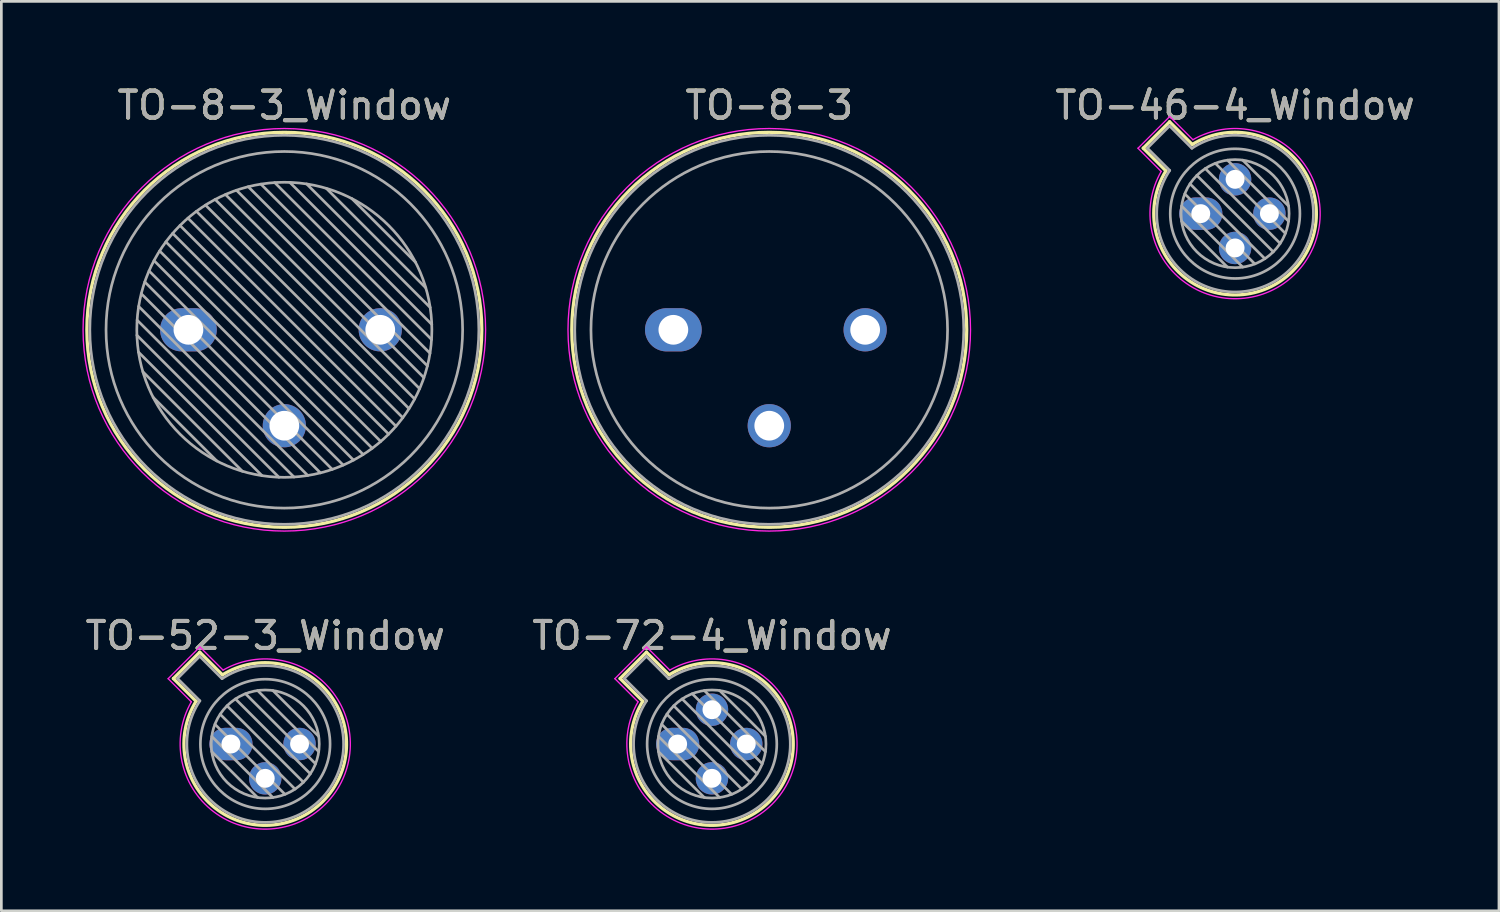
<source format=kicad_pcb>
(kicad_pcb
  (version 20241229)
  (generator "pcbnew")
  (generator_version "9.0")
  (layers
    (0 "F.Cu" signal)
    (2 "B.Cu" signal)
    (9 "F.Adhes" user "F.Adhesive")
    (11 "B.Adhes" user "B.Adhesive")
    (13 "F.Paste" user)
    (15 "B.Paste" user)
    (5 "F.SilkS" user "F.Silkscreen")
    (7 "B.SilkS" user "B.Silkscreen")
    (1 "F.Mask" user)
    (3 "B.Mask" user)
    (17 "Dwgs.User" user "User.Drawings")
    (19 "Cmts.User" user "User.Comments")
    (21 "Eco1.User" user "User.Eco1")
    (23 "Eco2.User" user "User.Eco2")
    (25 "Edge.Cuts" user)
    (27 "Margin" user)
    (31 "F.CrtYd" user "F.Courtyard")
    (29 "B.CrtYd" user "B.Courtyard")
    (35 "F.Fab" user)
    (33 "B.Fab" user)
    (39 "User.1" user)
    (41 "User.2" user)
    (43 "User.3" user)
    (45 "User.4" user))
  (footprint "TO-8-3_Window"
    (layer "F.Cu")
    (at 3.925 9.158)
    (property "Reference" "TO-8-3_Window" (at 3.55 -8.31 0) (layer "F.SilkS") (effects (font (size 1 1) (thickness 0.15))))
    (attr through_hole)
    (fp_circle (center 3.55 0) (end 10.86 0) (stroke (width 0.12) (type solid)) (fill no) (layer "F.SilkS"))
    (fp_circle (center 3.55 0) (end 11 0) (stroke (width 0.05) (type solid)) (fill no) (layer "F.CrtYd"))
    (fp_line (start -1.908 0.2) (end 3.35 5.458) (stroke (width 0.1) (type solid)) (layer "F.Fab"))
    (fp_line (start -1.9 -0.359) (end 3.909 5.45) (stroke (width 0.1) (type solid)) (layer "F.Fab"))
    (fp_line (start -1.849 0.825) (end 2.725 5.399) (stroke (width 0.1) (type solid)) (layer "F.Fab"))
    (fp_line (start -1.842 -0.867) (end 4.417 5.392) (stroke (width 0.1) (type solid)) (layer "F.Fab"))
    (fp_line (start -1.746 -1.336) (end 4.886 5.296) (stroke (width 0.1) (type solid)) (layer "F.Fab"))
    (fp_line (start -1.686 1.553) (end 1.997 5.236) (stroke (width 0.1) (type solid)) (layer "F.Fab"))
    (fp_line (start -1.616 -1.772) (end 5.322 5.166) (stroke (width 0.1) (type solid)) (layer "F.Fab"))
    (fp_line (start -1.458 -2.18) (end 5.73 5.008) (stroke (width 0.1) (type solid)) (layer "F.Fab"))
    (fp_line (start -1.307 2.498) (end 1.052 4.857) (stroke (width 0.1) (type solid)) (layer "F.Fab"))
    (fp_line (start -1.274 -2.561) (end 6.111 4.824) (stroke (width 0.1) (type solid)) (layer "F.Fab"))
    (fp_line (start -1.066 -2.919) (end 6.469 4.616) (stroke (width 0.1) (type solid)) (layer "F.Fab"))
    (fp_line (start -0.836 -3.255) (end 6.805 4.386) (stroke (width 0.1) (type solid)) (layer "F.Fab"))
    (fp_line (start -0.584 -3.569) (end 7.119 4.134) (stroke (width 0.1) (type solid)) (layer "F.Fab"))
    (fp_line (start -0.312 -3.862) (end 7.412 3.862) (stroke (width 0.1) (type solid)) (layer "F.Fab"))
    (fp_line (start -0.019 -4.134) (end 7.684 3.569) (stroke (width 0.1) (type solid)) (layer "F.Fab"))
    (fp_line (start 0.295 -4.386) (end 7.936 3.255) (stroke (width 0.1) (type solid)) (layer "F.Fab"))
    (fp_line (start 0.631 -4.616) (end 8.166 2.919) (stroke (width 0.1) (type solid)) (layer "F.Fab"))
    (fp_line (start 0.989 -4.824) (end 8.374 2.561) (stroke (width 0.1) (type solid)) (layer "F.Fab"))
    (fp_line (start 1.37 -5.008) (end 8.558 2.18) (stroke (width 0.1) (type solid)) (layer "F.Fab"))
    (fp_line (start 1.778 -5.166) (end 8.716 1.772) (stroke (width 0.1) (type solid)) (layer "F.Fab"))
    (fp_line (start 2.214 -5.296) (end 8.846 1.336) (stroke (width 0.1) (type solid)) (layer "F.Fab"))
    (fp_line (start 2.683 -5.392) (end 8.942 0.867) (stroke (width 0.1) (type solid)) (layer "F.Fab"))
    (fp_line (start 3.191 -5.45) (end 9 0.359) (stroke (width 0.1) (type solid)) (layer "F.Fab"))
    (fp_line (start 3.75 -5.458) (end 9.008 -0.2) (stroke (width 0.1) (type solid)) (layer "F.Fab"))
    (fp_line (start 4.375 -5.399) (end 8.949 -0.825) (stroke (width 0.1) (type solid)) (layer "F.Fab"))
    (fp_line (start 5.103 -5.236) (end 8.786 -1.553) (stroke (width 0.1) (type solid)) (layer "F.Fab"))
    (fp_line (start 6.048 -4.857) (end 8.407 -2.498) (stroke (width 0.1) (type solid)) (layer "F.Fab"))
    (fp_circle (center 3.55 0) (end 9.011 0) (stroke (width 0.1) (type solid)) (fill no) (layer "F.Fab"))
    (fp_circle (center 3.55 0) (end 10.15 0) (stroke (width 0.1) (type solid)) (fill no) (layer "F.Fab"))
    (fp_circle (center 3.55 0) (end 10.75 0) (stroke (width 0.1) (type solid)) (fill no) (layer "F.Fab"))
    (fp_text user "${REFERENCE}" (at 3.55 -8.31 0) (layer "F.Fab") (effects (font (size 1 1) (thickness 0.15))))
    (pad "1" thru_hole oval (at 0 0) (size 2.1 1.6) (drill 1.1) (layers "*.Cu" "*.Mask"))
    (pad "2" thru_hole circle (at 3.55 3.55) (size 1.6 1.6) (drill 1.1) (layers "*.Cu" "*.Mask"))
    (pad "3" thru_hole circle (at 7.1 0) (size 1.6 1.6) (drill 1.1) (layers "*.Cu" "*.Mask")))
  (footprint "TO-52-3_Window"
    (layer "F.Cu")
    (at 5.498 24.491)
    (property "Reference" "TO-52-3_Window" (at 1.27 -4.01 0) (layer "F.SilkS") (effects (font (size 1 1) (thickness 0.15))))
    (attr through_hole)
    (fp_line (start -2.13 -2.424) (end -1.29 -1.584) (stroke (width 0.12) (type solid)) (layer "F.SilkS"))
    (fp_line (start -1.154 -3.4) (end -2.13 -2.424) (stroke (width 0.12) (type solid)) (layer "F.SilkS"))
    (fp_line (start -0.314 -2.56) (end -1.154 -3.4) (stroke (width 0.12) (type solid)) (layer "F.SilkS"))
    (fp_arc (start -0.313811 -2.559618) (mid 3.398391 2.128391) (end -1.289618 -1.583811) (stroke (width 0.12) (type solid)) (layer "F.SilkS"))
    (fp_line (start -2.324 -2.42) (end -1.466 -1.562) (stroke (width 0.05) (type solid)) (layer "F.CrtYd"))
    (fp_line (start -1.15 -3.594) (end -2.324 -2.42) (stroke (width 0.05) (type solid)) (layer "F.CrtYd"))
    (fp_line (start -0.292 -2.736) (end -1.15 -3.594) (stroke (width 0.05) (type solid)) (layer "F.CrtYd"))
    (fp_arc (start -0.291775 -2.735573) (mid 3.497386 2.227386) (end -1.465573 -1.561775) (stroke (width 0.05) (type solid)) (layer "F.CrtYd"))
    (fp_line (start -1.977 -2.426) (end -1.149 -1.599) (stroke (width 0.1) (type solid)) (layer "F.Fab"))
    (fp_line (start -1.156 -3.247) (end -1.977 -2.426) (stroke (width 0.1) (type solid)) (layer "F.Fab"))
    (fp_line (start -0.71 -0.283) (end 1.553 1.98) (stroke (width 0.1) (type solid)) (layer "F.Fab"))
    (fp_line (start -0.71 0.283) (end 0.987 1.98) (stroke (width 0.1) (type solid)) (layer "F.Fab"))
    (fp_line (start -0.592 -0.731) (end 2.001 1.862) (stroke (width 0.1) (type solid)) (layer "F.Fab"))
    (fp_line (start -0.399 -1.103) (end 2.373 1.669) (stroke (width 0.1) (type solid)) (layer "F.Fab"))
    (fp_line (start -0.329 -2.419) (end -1.156 -3.247) (stroke (width 0.1) (type solid)) (layer "F.Fab"))
    (fp_line (start -0.145 -1.415) (end 2.685 1.415) (stroke (width 0.1) (type solid)) (layer "F.Fab"))
    (fp_line (start 0.167 -1.669) (end 2.939 1.103) (stroke (width 0.1) (type solid)) (layer "F.Fab"))
    (fp_line (start 0.539 -1.862) (end 3.132 0.731) (stroke (width 0.1) (type solid)) (layer "F.Fab"))
    (fp_line (start 0.987 -1.98) (end 3.25 0.283) (stroke (width 0.1) (type solid)) (layer "F.Fab"))
    (fp_line (start 1.553 -1.98) (end 3.25 -0.283) (stroke (width 0.1) (type solid)) (layer "F.Fab"))
    (fp_arc (start -0.329057 -2.419301) (mid 3.32061 2.05061) (end -1.149301 -1.599057) (stroke (width 0.1) (type solid)) (layer "F.Fab"))
    (fp_circle (center 1.27 0) (end 3.27 0) (stroke (width 0.1) (type solid)) (fill no) (layer "F.Fab"))
    (fp_circle (center 1.27 0) (end 3.67 0) (stroke (width 0.1) (type solid)) (fill no) (layer "F.Fab"))
    (fp_text user "${REFERENCE}" (at 1.27 -4.01 0) (layer "F.Fab") (effects (font (size 1 1) (thickness 0.15))))
    (pad "1" thru_hole oval (at 0 0) (size 1.6 1.2) (drill 0.7) (layers "*.Cu" "*.Mask"))
    (pad "2" thru_hole circle (at 1.27 1.27) (size 1.2 1.2) (drill 0.7) (layers "*.Cu" "*.Mask"))
    (pad "3" thru_hole circle (at 2.54 0) (size 1.2 1.2) (drill 0.7) (layers "*.Cu" "*.Mask")))
  (footprint "TO-46-4_Window"
    (layer "F.Cu")
    (at 41.398 4.858)
    (property "Reference" "TO-46-4_Window" (at 1.27 -4.01 0) (layer "F.SilkS") (effects (font (size 1 1) (thickness 0.15))))
    (attr through_hole)
    (fp_line (start -2.13 -2.424) (end -1.29 -1.584) (stroke (width 0.12) (type solid)) (layer "F.SilkS"))
    (fp_line (start -1.154 -3.4) (end -2.13 -2.424) (stroke (width 0.12) (type solid)) (layer "F.SilkS"))
    (fp_line (start -0.314 -2.56) (end -1.154 -3.4) (stroke (width 0.12) (type solid)) (layer "F.SilkS"))
    (fp_arc (start -0.313811 -2.559618) (mid 3.398391 2.128391) (end -1.289618 -1.583811) (stroke (width 0.12) (type solid)) (layer "F.SilkS"))
    (fp_line (start -2.324 -2.42) (end -1.466 -1.562) (stroke (width 0.05) (type solid)) (layer "F.CrtYd"))
    (fp_line (start -1.15 -3.594) (end -2.324 -2.42) (stroke (width 0.05) (type solid)) (layer "F.CrtYd"))
    (fp_line (start -0.292 -2.736) (end -1.15 -3.594) (stroke (width 0.05) (type solid)) (layer "F.CrtYd"))
    (fp_arc (start -0.291775 -2.735573) (mid 3.497386 2.227386) (end -1.465573 -1.561775) (stroke (width 0.05) (type solid)) (layer "F.CrtYd"))
    (fp_line (start -1.977 -2.426) (end -1.149 -1.599) (stroke (width 0.1) (type solid)) (layer "F.Fab"))
    (fp_line (start -1.156 -3.247) (end -1.977 -2.426) (stroke (width 0.1) (type solid)) (layer "F.Fab"))
    (fp_line (start -0.71 -0.283) (end 1.553 1.98) (stroke (width 0.1) (type solid)) (layer "F.Fab"))
    (fp_line (start -0.71 0.283) (end 0.987 1.98) (stroke (width 0.1) (type solid)) (layer "F.Fab"))
    (fp_line (start -0.592 -0.731) (end 2.001 1.862) (stroke (width 0.1) (type solid)) (layer "F.Fab"))
    (fp_line (start -0.399 -1.103) (end 2.373 1.669) (stroke (width 0.1) (type solid)) (layer "F.Fab"))
    (fp_line (start -0.329 -2.419) (end -1.156 -3.247) (stroke (width 0.1) (type solid)) (layer "F.Fab"))
    (fp_line (start -0.145 -1.415) (end 2.685 1.415) (stroke (width 0.1) (type solid)) (layer "F.Fab"))
    (fp_line (start 0.167 -1.669) (end 2.939 1.103) (stroke (width 0.1) (type solid)) (layer "F.Fab"))
    (fp_line (start 0.539 -1.862) (end 3.132 0.731) (stroke (width 0.1) (type solid)) (layer "F.Fab"))
    (fp_line (start 0.987 -1.98) (end 3.25 0.283) (stroke (width 0.1) (type solid)) (layer "F.Fab"))
    (fp_line (start 1.553 -1.98) (end 3.25 -0.283) (stroke (width 0.1) (type solid)) (layer "F.Fab"))
    (fp_arc (start -0.329057 -2.419301) (mid 3.32061 2.05061) (end -1.149301 -1.599057) (stroke (width 0.1) (type solid)) (layer "F.Fab"))
    (fp_circle (center 1.27 0) (end 3.27 0) (stroke (width 0.1) (type solid)) (fill no) (layer "F.Fab"))
    (fp_circle (center 1.27 0) (end 3.67 0) (stroke (width 0.1) (type solid)) (fill no) (layer "F.Fab"))
    (fp_text user "${REFERENCE}" (at 1.27 -4.01 0) (layer "F.Fab") (effects (font (size 1 1) (thickness 0.15))))
    (pad "1" thru_hole oval (at 0 0) (size 1.6 1.2) (drill 0.7) (layers "*.Cu" "*.Mask"))
    (pad "2" thru_hole circle (at 1.27 1.27) (size 1.2 1.2) (drill 0.7) (layers "*.Cu" "*.Mask"))
    (pad "3" thru_hole circle (at 2.54 0) (size 1.2 1.2) (drill 0.7) (layers "*.Cu" "*.Mask"))
    (pad "4" thru_hole circle (at 1.27 -1.27) (size 1.2 1.2) (drill 0.7) (layers "*.Cu" "*.Mask")))
  (footprint "TO-8-3"
    (layer "F.Cu")
    (at 21.875 9.158)
    (property "Reference" "TO-8-3" (at 3.55 -8.31 0) (layer "F.SilkS") (effects (font (size 1 1) (thickness 0.15))))
    (attr through_hole)
    (fp_circle (center 3.55 0) (end 10.86 0) (stroke (width 0.12) (type solid)) (fill no) (layer "F.SilkS"))
    (fp_circle (center 3.55 0) (end 11 0) (stroke (width 0.05) (type solid)) (fill no) (layer "F.CrtYd"))
    (fp_circle (center 3.55 0) (end 10.15 0) (stroke (width 0.1) (type solid)) (fill no) (layer "F.Fab"))
    (fp_circle (center 3.55 0) (end 10.75 0) (stroke (width 0.1) (type solid)) (fill no) (layer "F.Fab"))
    (fp_text user "${REFERENCE}" (at 3.55 -8.31 0) (layer "F.Fab") (effects (font (size 1 1) (thickness 0.15))))
    (pad "1" thru_hole oval (at 0 0) (size 2.1 1.6) (drill 1.1) (layers "*.Cu" "*.Mask"))
    (pad "2" thru_hole circle (at 3.55 3.55) (size 1.6 1.6) (drill 1.1) (layers "*.Cu" "*.Mask"))
    (pad "3" thru_hole circle (at 7.1 0) (size 1.6 1.6) (drill 1.1) (layers "*.Cu" "*.Mask")))
  (footprint "TO-72-4_Window"
    (layer "F.Cu")
    (at 22.034 24.491)
    (property "Reference" "TO-72-4_Window" (at 1.27 -4.01 0) (layer "F.SilkS") (effects (font (size 1 1) (thickness 0.15))))
    (attr through_hole)
    (fp_line (start -2.13 -2.424) (end -1.29 -1.584) (stroke (width 0.12) (type solid)) (layer "F.SilkS"))
    (fp_line (start -1.154 -3.4) (end -2.13 -2.424) (stroke (width 0.12) (type solid)) (layer "F.SilkS"))
    (fp_line (start -0.314 -2.56) (end -1.154 -3.4) (stroke (width 0.12) (type solid)) (layer "F.SilkS"))
    (fp_arc (start -0.313811 -2.559618) (mid 3.398391 2.128391) (end -1.289618 -1.583811) (stroke (width 0.12) (type solid)) (layer "F.SilkS"))
    (fp_line (start -2.324 -2.42) (end -1.466 -1.562) (stroke (width 0.05) (type solid)) (layer "F.CrtYd"))
    (fp_line (start -1.15 -3.594) (end -2.324 -2.42) (stroke (width 0.05) (type solid)) (layer "F.CrtYd"))
    (fp_line (start -0.292 -2.736) (end -1.15 -3.594) (stroke (width 0.05) (type solid)) (layer "F.CrtYd"))
    (fp_arc (start -0.291775 -2.735573) (mid 3.497386 2.227386) (end -1.465573 -1.561775) (stroke (width 0.05) (type solid)) (layer "F.CrtYd"))
    (fp_line (start -1.977 -2.426) (end -1.149 -1.599) (stroke (width 0.1) (type solid)) (layer "F.Fab"))
    (fp_line (start -1.156 -3.247) (end -1.977 -2.426) (stroke (width 0.1) (type solid)) (layer "F.Fab"))
    (fp_line (start -0.71 -0.283) (end 1.553 1.98) (stroke (width 0.1) (type solid)) (layer "F.Fab"))
    (fp_line (start -0.71 0.283) (end 0.987 1.98) (stroke (width 0.1) (type solid)) (layer "F.Fab"))
    (fp_line (start -0.592 -0.731) (end 2.001 1.862) (stroke (width 0.1) (type solid)) (layer "F.Fab"))
    (fp_line (start -0.399 -1.103) (end 2.373 1.669) (stroke (width 0.1) (type solid)) (layer "F.Fab"))
    (fp_line (start -0.329 -2.419) (end -1.156 -3.247) (stroke (width 0.1) (type solid)) (layer "F.Fab"))
    (fp_line (start -0.145 -1.415) (end 2.685 1.415) (stroke (width 0.1) (type solid)) (layer "F.Fab"))
    (fp_line (start 0.167 -1.669) (end 2.939 1.103) (stroke (width 0.1) (type solid)) (layer "F.Fab"))
    (fp_line (start 0.539 -1.862) (end 3.132 0.731) (stroke (width 0.1) (type solid)) (layer "F.Fab"))
    (fp_line (start 0.987 -1.98) (end 3.25 0.283) (stroke (width 0.1) (type solid)) (layer "F.Fab"))
    (fp_line (start 1.553 -1.98) (end 3.25 -0.283) (stroke (width 0.1) (type solid)) (layer "F.Fab"))
    (fp_arc (start -0.329057 -2.419301) (mid 3.32061 2.05061) (end -1.149301 -1.599057) (stroke (width 0.1) (type solid)) (layer "F.Fab"))
    (fp_circle (center 1.27 0) (end 3.27 0) (stroke (width 0.1) (type solid)) (fill no) (layer "F.Fab"))
    (fp_circle (center 1.27 0) (end 3.67 0) (stroke (width 0.1) (type solid)) (fill no) (layer "F.Fab"))
    (fp_text user "${REFERENCE}" (at 1.27 -4.01 0) (layer "F.Fab") (effects (font (size 1 1) (thickness 0.15))))
    (pad "1" thru_hole oval (at 0 0) (size 1.6 1.2) (drill 0.7) (layers "*.Cu" "*.Mask"))
    (pad "2" thru_hole circle (at 1.27 1.27) (size 1.2 1.2) (drill 0.7) (layers "*.Cu" "*.Mask"))
    (pad "3" thru_hole circle (at 2.54 0) (size 1.2 1.2) (drill 0.7) (layers "*.Cu" "*.Mask"))
    (pad "4" thru_hole circle (at 1.27 -1.27) (size 1.2 1.2) (drill 0.7) (layers "*.Cu" "*.Mask")))
  (gr_rect
    (start -3 -3)
    (end 52.436 30.666)
    (stroke (width 0.1) (type default))
    (fill no)
    (layer "Edge.Cuts")))
</source>
